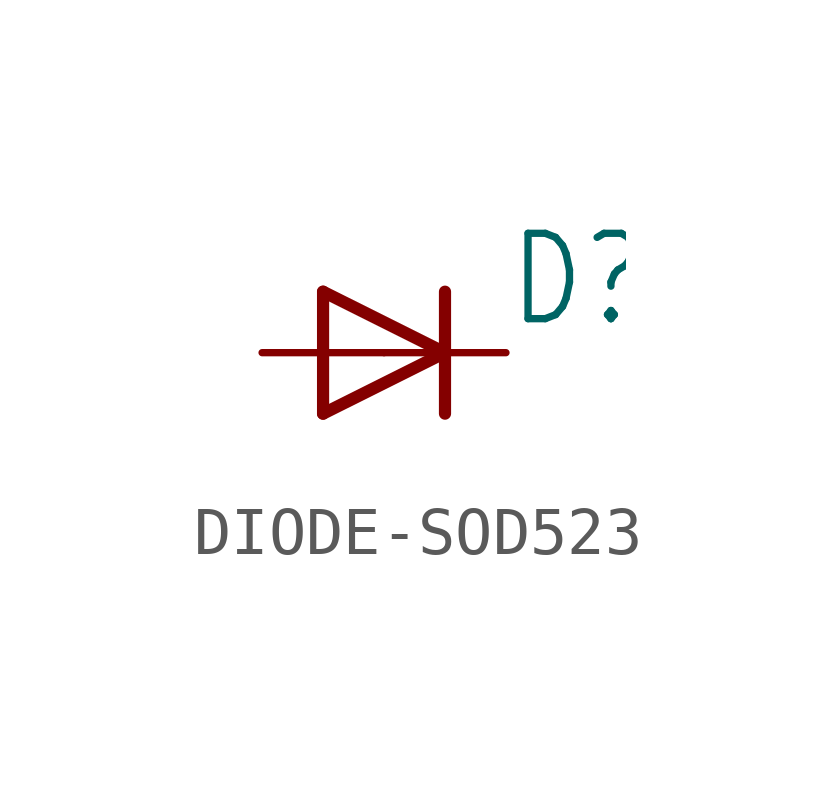
<source format=kicad_sym>
(kicad_symbol_lib
  (version 20220914)
  (generator kicad_symbol_editor)
  (symbol "DIODE-SOD523"
    (property "Reference" "D"
      (at 2.54 0.483 0)
      (effects (font (size 1.778 1.511)) (justify left bottom)))
    (property "Value" ""
      (at 2.54 -2.311 0)
      (effects (font (size 1.778 1.511)) (justify left bottom)))
    (property "ki_locked" ""
      (at 0 0 0)
      (effects (font (size 1.27 1.27))))
    (symbol "DIODE-SOD523_1_0"
      (polyline (pts (xy -1.27 -1.27) (xy 1.27 0)) (stroke (width 0.254) (type solid)) (fill (type none)))
      (polyline (pts (xy -1.27 1.27) (xy -1.27 -1.27)) (stroke (width 0.254) (type solid)) (fill (type none)))
      (polyline (pts (xy 1.27 0) (xy -1.27 1.27)) (stroke (width 0.254) (type solid)) (fill (type none)))
      (polyline (pts (xy 1.27 0) (xy 1.27 -1.27)) (stroke (width 0.254) (type solid)) (fill (type none)))
      (polyline (pts (xy 1.27 1.27) (xy 1.27 0)) (stroke (width 0.254) (type solid)) (fill (type none)))
      (pin passive line (at -2.54 0 0) (length 2.54) (name "A" (effects (font (size 0 0)))) (number "A" (effects (font (size 0 0)))))
      (pin passive line (at 2.54 0 180) (length 2.54) (name "C" (effects (font (size 0 0)))) (number "C" (effects (font (size 0 0))))))))
</source>
